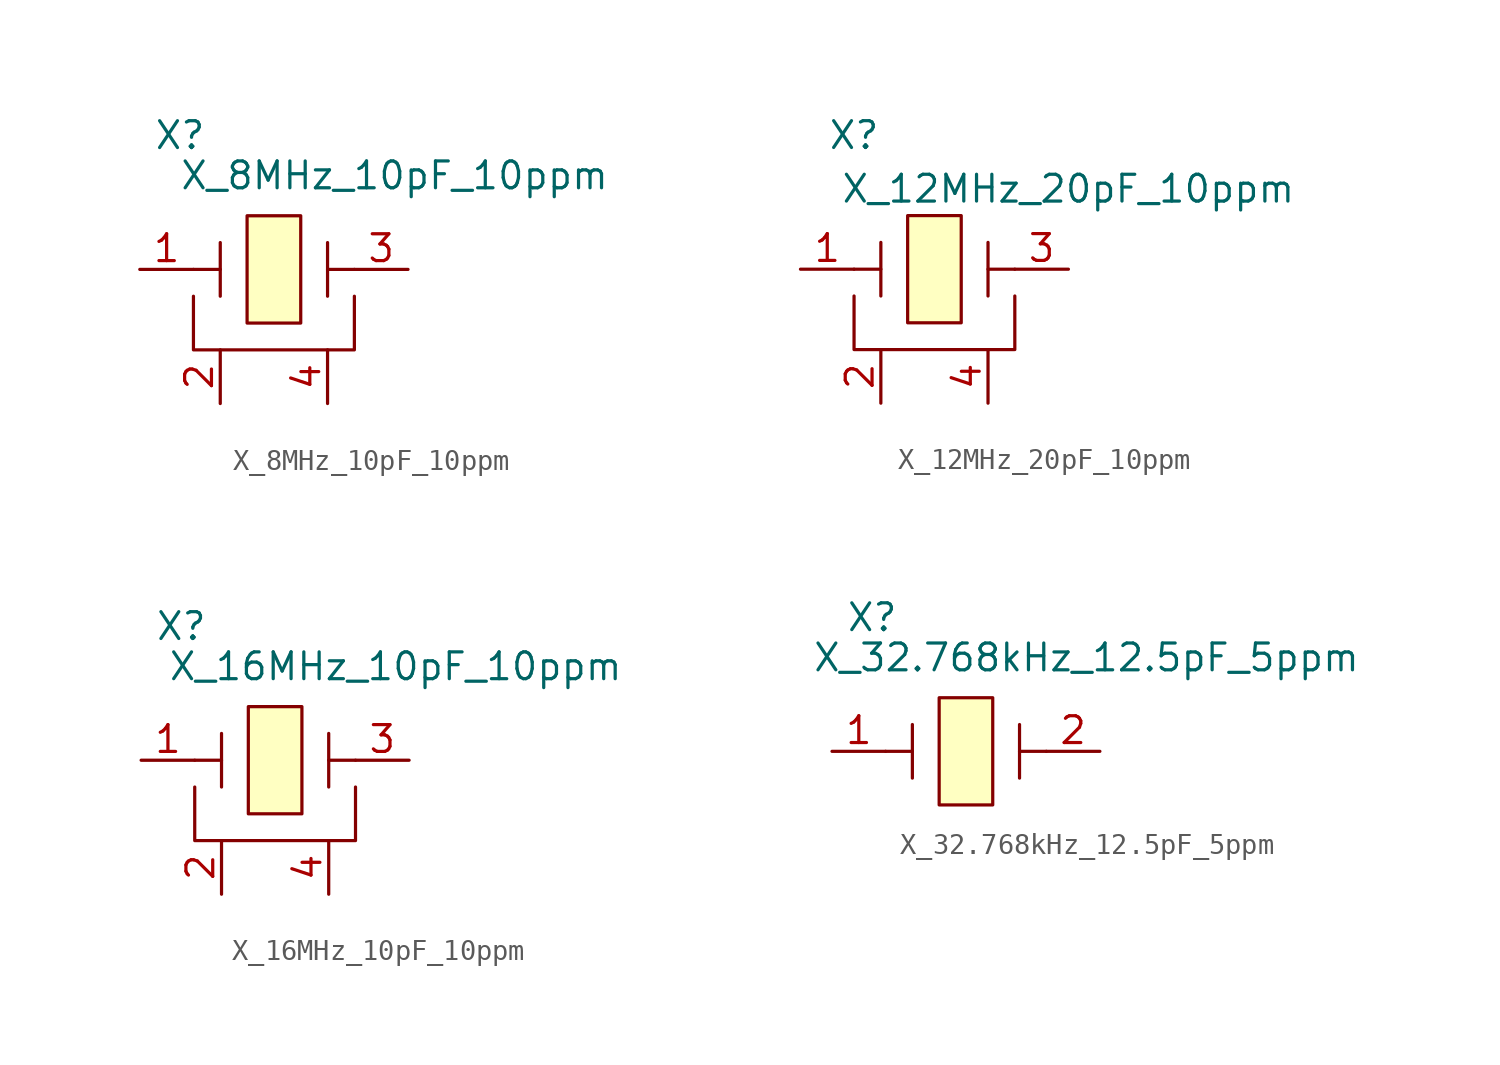
<source format=kicad_sym>
(kicad_symbol_lib
  (version 20220914)
  (generator kicad_symbol_editor)
  (symbol "X_8MHz_10pF_10ppm"
    (pin_names hide)
    (property "Reference" "X"
      (at -4.445 6.35 0)
      (effects (font (size 1.27 1.27))))
    (property "Value" "X_8MHz_10pF_10ppm"
      (at 5.715 4.445 0)
      (effects (font (size 1.27 1.27))))
    (symbol "X_8MHz_10pF_10ppm_0_1"
      (rectangle (start -1.27 2.54) (end 1.27 -2.54) (stroke (width 0) (type default)) (fill (type background)))
      (polyline (pts (xy -2.54 0) (xy -3.81 0)) (stroke (width 0) (type default)) (fill (type none)))
      (polyline (pts (xy -2.54 1.27) (xy -2.54 -1.27)) (stroke (width 0) (type default)) (fill (type none)))
      (polyline (pts (xy 2.54 1.27) (xy 2.54 -1.27)) (stroke (width 0) (type default)) (fill (type none)))
      (polyline (pts (xy 3.81 0) (xy 2.54 0) (xy 2.54 0)) (stroke (width 0) (type default)) (fill (type none)))
      (polyline (pts (xy -3.81 -1.27) (xy -3.81 -2.54) (xy -3.81 -3.81) (xy 3.81 -3.81) (xy 3.81 -1.27) (xy 3.81 -1.27)) (stroke (width 0) (type default)) (fill (type none))))
    (symbol "X_8MHz_10pF_10ppm_1_1"
      (pin bidirectional line (at -6.35 0 0) (length 2.54) (name "X1" (effects (font (size 1.27 1.27)))) (number "1" (effects (font (size 1.27 1.27)))))
      (pin power_in line (at -2.54 -6.35 90) (length 2.54) (name "GND" (effects (font (size 1.27 1.27)))) (number "2" (effects (font (size 1.27 1.27)))))
      (pin bidirectional line (at 6.35 0 180) (length 2.54) (name "X2" (effects (font (size 1.27 1.27)))) (number "3" (effects (font (size 1.27 1.27)))))
      (pin power_in line (at 2.54 -6.35 90) (length 2.54) (name "GND" (effects (font (size 1.27 1.27)))) (number "4" (effects (font (size 1.27 1.27)))))))
  (symbol "X_12MHz_20pF_10ppm"
    (pin_names hide)
    (property "Reference" "X"
      (at -3.81 6.35 0)
      (effects (font (size 1.27 1.27))))
    (property "Value" "X_12MHz_20pF_10ppm"
      (at 6.35 3.81 0)
      (effects (font (size 1.27 1.27))))
    (symbol "X_12MHz_20pF_10ppm_0_1"
      (rectangle (start -1.27 2.54) (end 1.27 -2.54) (stroke (width 0) (type default)) (fill (type background)))
      (polyline (pts (xy -2.54 0) (xy -3.81 0)) (stroke (width 0) (type default)) (fill (type none)))
      (polyline (pts (xy -2.54 1.27) (xy -2.54 -1.27)) (stroke (width 0) (type default)) (fill (type none)))
      (polyline (pts (xy 2.54 1.27) (xy 2.54 -1.27)) (stroke (width 0) (type default)) (fill (type none)))
      (polyline (pts (xy 3.81 0) (xy 2.54 0) (xy 2.54 0)) (stroke (width 0) (type default)) (fill (type none)))
      (polyline (pts (xy -3.81 -1.27) (xy -3.81 -2.54) (xy -3.81 -3.81) (xy 3.81 -3.81) (xy 3.81 -1.27) (xy 3.81 -1.27)) (stroke (width 0) (type default)) (fill (type none))))
    (symbol "X_12MHz_20pF_10ppm_1_1"
      (pin bidirectional line (at -6.35 0 0) (length 2.54) (name "X1" (effects (font (size 1.27 1.27)))) (number "1" (effects (font (size 1.27 1.27)))))
      (pin power_in line (at -2.54 -6.35 90) (length 2.54) (name "GND" (effects (font (size 1.27 1.27)))) (number "2" (effects (font (size 1.27 1.27)))))
      (pin bidirectional line (at 6.35 0 180) (length 2.54) (name "X2" (effects (font (size 1.27 1.27)))) (number "3" (effects (font (size 1.27 1.27)))))
      (pin power_in line (at 2.54 -6.35 90) (length 2.54) (name "GND" (effects (font (size 1.27 1.27)))) (number "4" (effects (font (size 1.27 1.27)))))))
  (symbol "X_16MHz_10pF_10ppm"
    (pin_names hide)
    (property "Reference" "X"
      (at -4.445 6.35 0)
      (effects (font (size 1.27 1.27))))
    (property "Value" "X_16MHz_10pF_10ppm"
      (at 5.715 4.445 0)
      (effects (font (size 1.27 1.27))))
    (symbol "X_16MHz_10pF_10ppm_0_1"
      (rectangle (start -1.27 2.54) (end 1.27 -2.54) (stroke (width 0) (type default)) (fill (type background)))
      (polyline (pts (xy -2.54 0) (xy -3.81 0)) (stroke (width 0) (type default)) (fill (type none)))
      (polyline (pts (xy -2.54 1.27) (xy -2.54 -1.27)) (stroke (width 0) (type default)) (fill (type none)))
      (polyline (pts (xy 2.54 1.27) (xy 2.54 -1.27)) (stroke (width 0) (type default)) (fill (type none)))
      (polyline (pts (xy 3.81 0) (xy 2.54 0) (xy 2.54 0)) (stroke (width 0) (type default)) (fill (type none)))
      (polyline (pts (xy -3.81 -1.27) (xy -3.81 -2.54) (xy -3.81 -3.81) (xy 3.81 -3.81) (xy 3.81 -1.27) (xy 3.81 -1.27)) (stroke (width 0) (type default)) (fill (type none))))
    (symbol "X_16MHz_10pF_10ppm_1_1"
      (pin bidirectional line (at -6.35 0 0) (length 2.54) (name "X1" (effects (font (size 1.27 1.27)))) (number "1" (effects (font (size 1.27 1.27)))))
      (pin power_in line (at -2.54 -6.35 90) (length 2.54) (name "GND" (effects (font (size 1.27 1.27)))) (number "2" (effects (font (size 1.27 1.27)))))
      (pin bidirectional line (at 6.35 0 180) (length 2.54) (name "X2" (effects (font (size 1.27 1.27)))) (number "3" (effects (font (size 1.27 1.27)))))
      (pin power_in line (at 2.54 -6.35 90) (length 2.54) (name "GND" (effects (font (size 1.27 1.27)))) (number "4" (effects (font (size 1.27 1.27)))))))
  (symbol "X_32.768kHz_12.5pF_5ppm"
    (pin_names hide)
    (property "Reference" "X"
      (at -4.445 6.35 0)
      (effects (font (size 1.27 1.27))))
    (property "Value" "X_32.768kHz_12.5pF_5ppm"
      (at 5.715 4.445 0)
      (effects (font (size 1.27 1.27))))
    (symbol "X_32.768kHz_12.5pF_5ppm_0_1"
      (rectangle (start -1.27 2.54) (end 1.27 -2.54) (stroke (width 0) (type default)) (fill (type background)))
      (polyline (pts (xy -2.54 0) (xy -3.81 0)) (stroke (width 0) (type default)) (fill (type none)))
      (polyline (pts (xy -2.54 1.27) (xy -2.54 -1.27)) (stroke (width 0) (type default)) (fill (type none)))
      (polyline (pts (xy 2.54 1.27) (xy 2.54 -1.27)) (stroke (width 0) (type default)) (fill (type none)))
      (polyline (pts (xy 3.81 0) (xy 2.54 0) (xy 2.54 0)) (stroke (width 0) (type default)) (fill (type none))))
    (symbol "X_32.768kHz_12.5pF_5ppm_1_1"
      (pin bidirectional line (at -6.35 0 0) (length 2.54) (name "X1" (effects (font (size 1.27 1.27)))) (number "1" (effects (font (size 1.27 1.27)))))
      (pin bidirectional line (at 6.35 0 180) (length 2.54) (name "X2" (effects (font (size 1.27 1.27)))) (number "2" (effects (font (size 1.27 1.27))))))))
</source>
